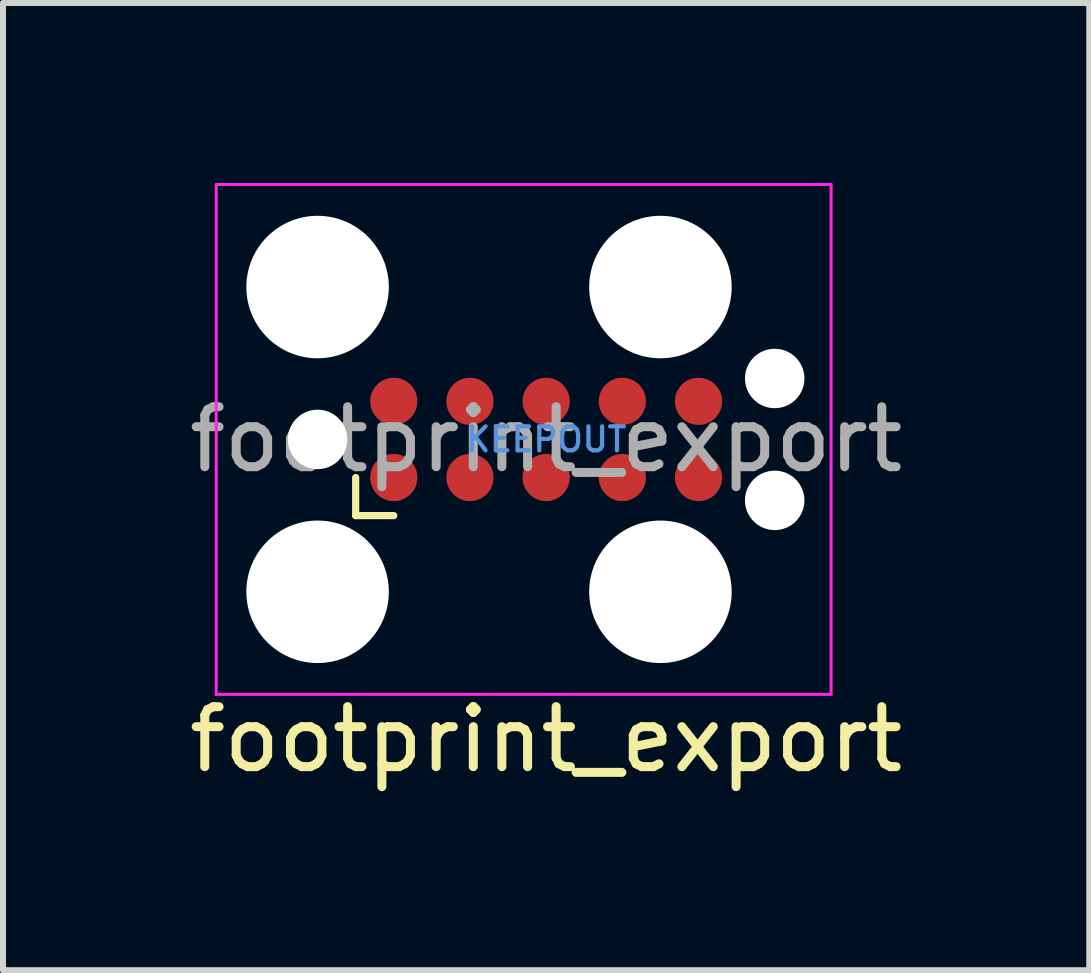
<source format=kicad_pcb>
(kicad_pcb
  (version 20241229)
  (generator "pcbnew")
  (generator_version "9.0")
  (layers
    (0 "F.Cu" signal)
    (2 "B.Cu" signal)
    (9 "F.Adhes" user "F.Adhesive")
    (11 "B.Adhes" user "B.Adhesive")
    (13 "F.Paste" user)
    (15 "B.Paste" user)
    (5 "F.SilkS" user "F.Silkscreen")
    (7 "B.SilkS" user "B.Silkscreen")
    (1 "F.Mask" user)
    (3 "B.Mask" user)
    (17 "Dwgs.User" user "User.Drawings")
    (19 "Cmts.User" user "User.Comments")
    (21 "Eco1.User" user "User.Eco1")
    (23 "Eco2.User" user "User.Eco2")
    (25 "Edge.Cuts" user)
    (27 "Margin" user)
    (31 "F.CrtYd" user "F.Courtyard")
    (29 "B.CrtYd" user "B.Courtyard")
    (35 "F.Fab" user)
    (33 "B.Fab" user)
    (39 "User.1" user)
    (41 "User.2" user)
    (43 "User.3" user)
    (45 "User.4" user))
  (footprint "footprint_export"
    (layer "F.Cu")
    (at 6.054 4.275)
    (property "Reference" "footprint_export" (at 0 5 0) (layer "F.SilkS") (effects (font (size 1 1) (thickness 0.15))))
    (attr exclude_from_pos_files exclude_from_bom)
    (fp_line (start -3.175 1.27) (end -3.175 0.635) (stroke (width 0.12) (type solid)) (layer "F.SilkS"))
    (fp_line (start -2.54 1.27) (end -3.175 1.27) (stroke (width 0.12) (type solid)) (layer "F.SilkS"))
    (fp_line (start -5.5 -4.25) (end 4.75 -4.25) (stroke (width 0.05) (type solid)) (layer "F.CrtYd"))
    (fp_line (start -5.5 4.25) (end -5.5 -4.25) (stroke (width 0.05) (type solid)) (layer "F.CrtYd"))
    (fp_line (start 4.75 -4.25) (end 4.75 4.25) (stroke (width 0.05) (type solid)) (layer "F.CrtYd"))
    (fp_line (start 4.75 4.25) (end -5.5 4.25) (stroke (width 0.05) (type solid)) (layer "F.CrtYd"))
    (fp_text user "KEEPOUT" (at 0 0 0) (layer "Cmts.User") (effects (font (size 0.4 0.4) (thickness 0.07))))
    (fp_text user "${REFERENCE}" (at 0 0 0) (layer "F.Fab") (effects (font (size 1 1) (thickness 0.15))))
    (pad "" np_thru_hole circle (at -3.81 -2.54) (size 2.375 2.375) (drill 2.375) (layers "*.Cu" "*.Mask"))
    (pad "" np_thru_hole circle (at -3.81 0) (size 0.991 0.991) (drill 0.991) (layers "*.Cu" "*.Mask"))
    (pad "" np_thru_hole circle (at -3.81 2.54) (size 2.375 2.375) (drill 2.375) (layers "*.Cu" "*.Mask"))
    (pad "" np_thru_hole circle (at 1.905 -2.54) (size 2.375 2.375) (drill 2.375) (layers "*.Cu" "*.Mask"))
    (pad "" np_thru_hole circle (at 1.905 2.54) (size 2.375 2.375) (drill 2.375) (layers "*.Cu" "*.Mask"))
    (pad "" np_thru_hole circle (at 3.81 -1.016) (size 0.991 0.991) (drill 0.991) (layers "*.Cu" "*.Mask"))
    (pad "" np_thru_hole circle (at 3.81 1.016) (size 0.991 0.991) (drill 0.991) (layers "*.Cu" "*.Mask"))
    (pad "1" connect circle (at -2.54 0.635) (size 0.787 0.787) (layers "F.Cu" "F.Mask"))
    (pad "2" connect circle (at -1.27 0.635) (size 0.787 0.787) (layers "F.Cu" "F.Mask"))
    (pad "3" connect circle (at 0 0.635) (size 0.787 0.787) (layers "F.Cu" "F.Mask"))
    (pad "4" connect circle (at 1.27 0.635) (size 0.787 0.787) (layers "F.Cu" "F.Mask"))
    (pad "5" connect circle (at 2.54 0.635) (size 0.787 0.787) (layers "F.Cu" "F.Mask"))
    (pad "6" connect circle (at 2.54 -0.635) (size 0.787 0.787) (layers "F.Cu" "F.Mask"))
    (pad "7" connect circle (at 1.27 -0.635) (size 0.787 0.787) (layers "F.Cu" "F.Mask"))
    (pad "8" connect circle (at 0 -0.635) (size 0.787 0.787) (layers "F.Cu" "F.Mask"))
    (pad "9" connect circle (at -1.27 -0.635) (size 0.787 0.787) (layers "F.Cu" "F.Mask"))
    (pad "10" connect circle (at -2.54 -0.635) (size 0.787 0.787) (layers "F.Cu" "F.Mask"))
    (zone (net_name "") (layer "F.Cu") (hatch full 0.508) (connect_pads) (min_thickness 0.254) (filled_areas_thickness no) (keepout (tracks allowed) (vias not_allowed) (pads allowed) (copperpour not_allowed) (footprints not_allowed)) (placement (enabled no)) (fill) (polygon (pts (xy 3.514 4.91) (xy 8.594 4.91) (xy 8.594 3.64) (xy 3.514 3.64)))))
  (gr_rect
    (start -3 -3)
    (end 15.107 13.123)
    (stroke (width 0.1) (type default))
    (fill no)
    (layer "Edge.Cuts")))
</source>
